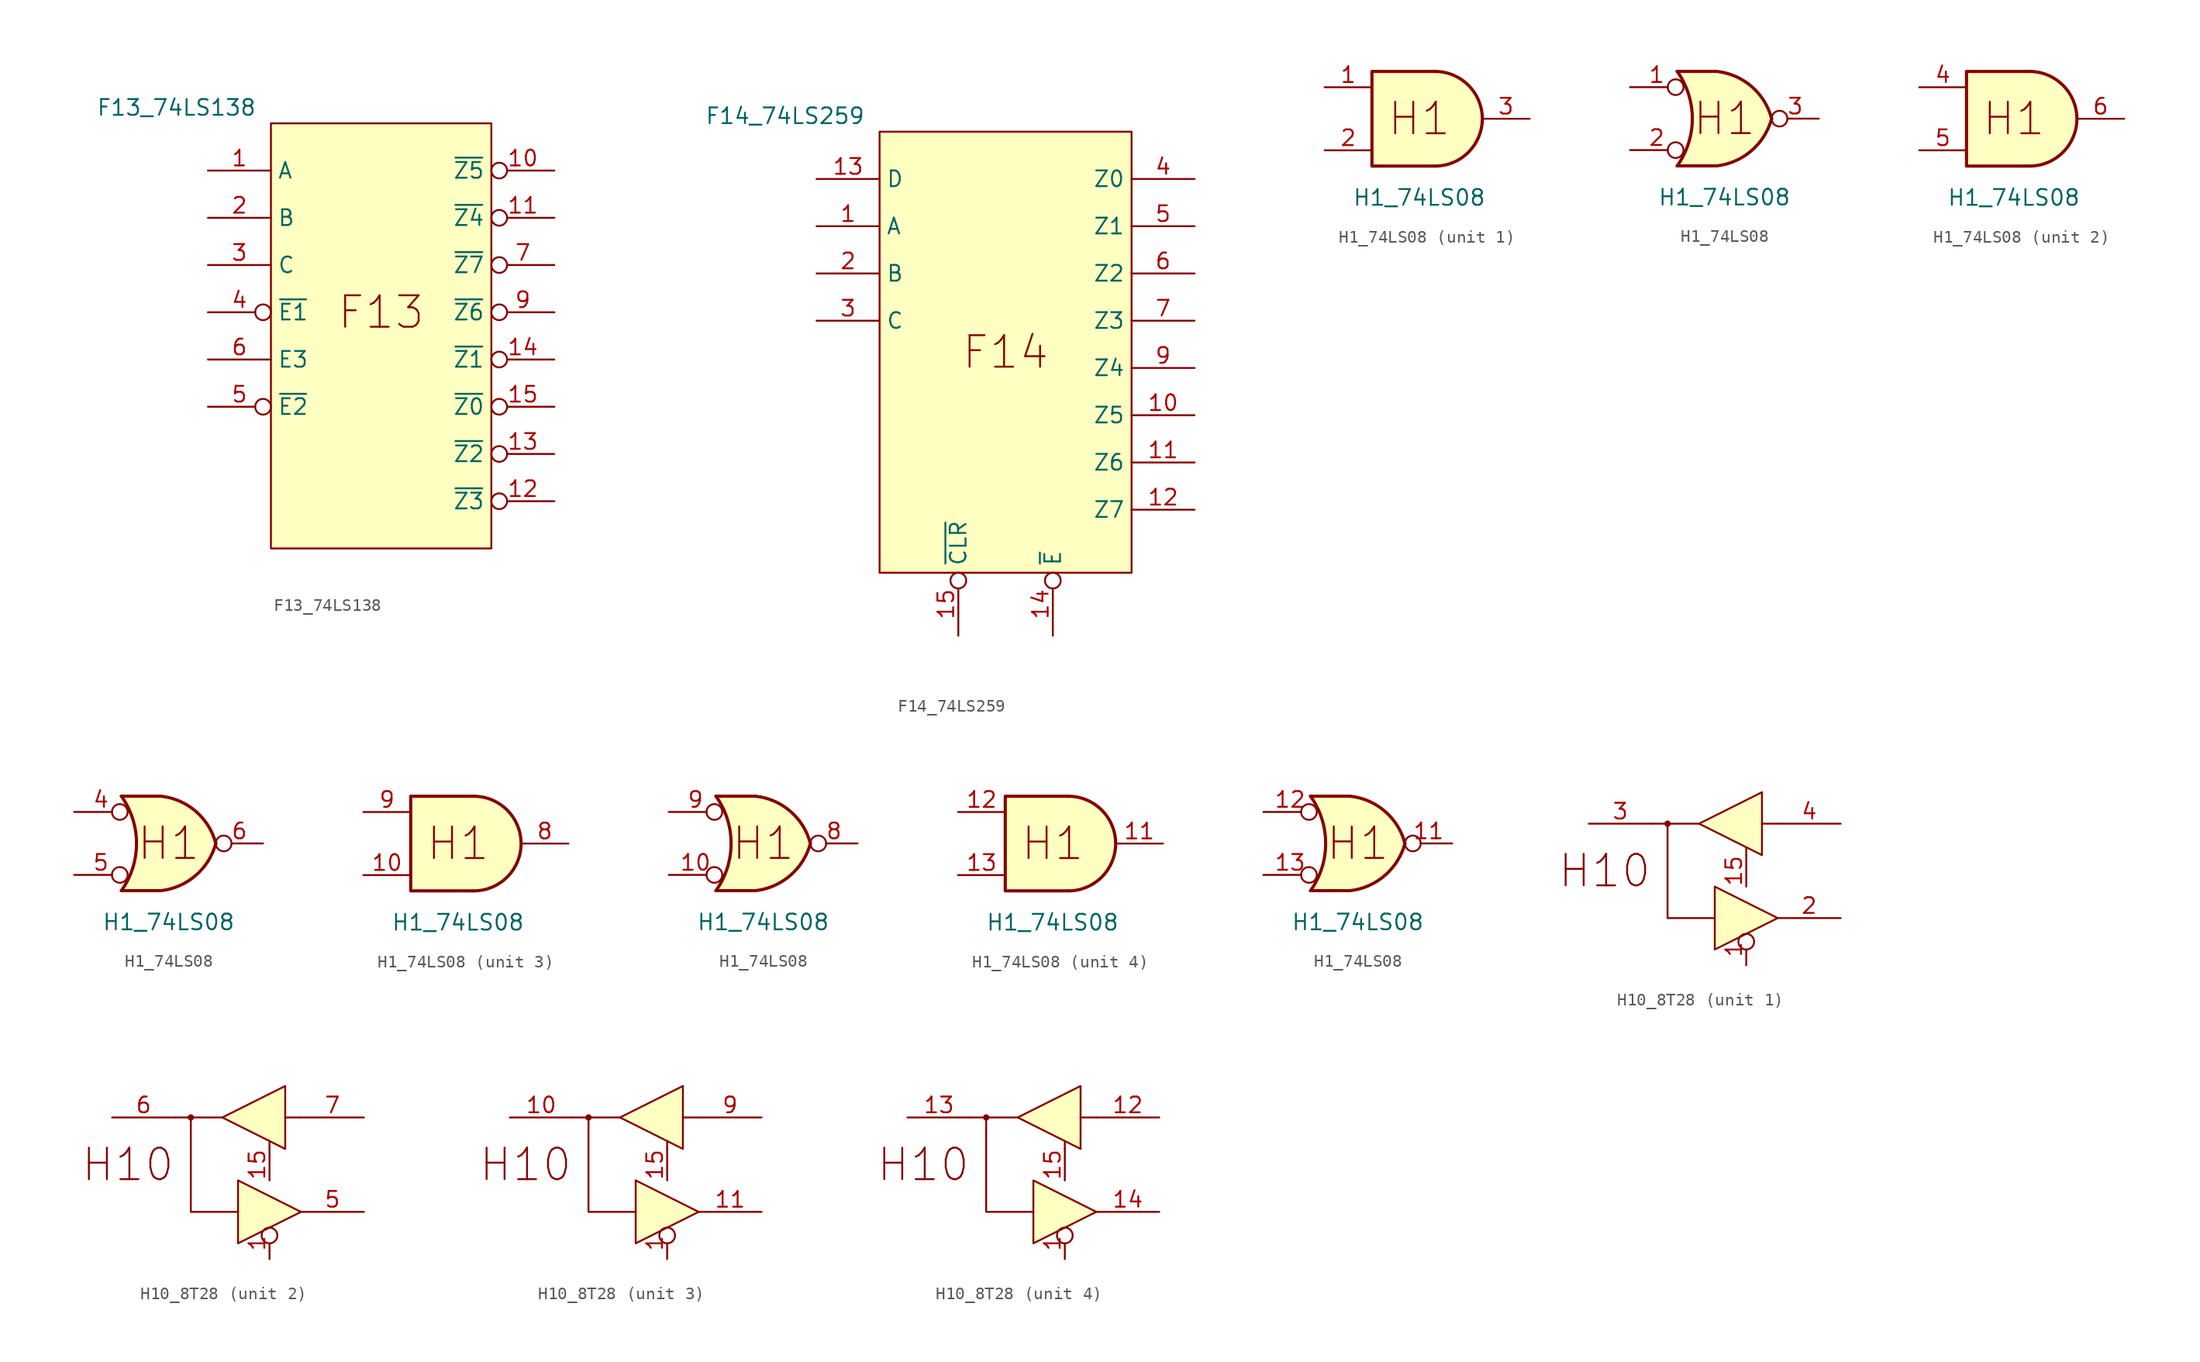
<source format=kicad_sym>
(kicad_symbol_lib
  (version 20211014)
  (generator kicad_symbol_editor)
  (symbol "F13_74LS138"
    (property "Reference" "U"
      (at -17.78 8.89 0)
      (effects (font (size 1.27 1.27)) hide))
    (property "Value" "F13_74LS138"
      (at -7.62 1.27 0)
      (effects (font (size 1.27 1.27))))
    (symbol "F13_74LS138_0_0"
      (rectangle (start 0 0) (end 17.78 -34.29) (stroke (width 0) (type default) (color 0 0 0 0)) (fill (type background)))
      (text "F13" (at 8.89 -15.24 0) (effects (font (size 2.54 2.54)))))
    (symbol "F13_74LS138_1_0"
      (pin passive line (at -5.08 -3.81 0) (length 5.08) (name "A" (effects (font (size 1.27 1.27)))) (number "1" (effects (font (size 1.27 1.27)))))
      (pin passive inverted (at 22.86 -3.81 180) (length 5.08) (name "~{Z5}" (effects (font (size 1.27 1.27)))) (number "10" (effects (font (size 1.27 1.27)))))
      (pin passive inverted (at 22.86 -7.62 180) (length 5.08) (name "~{Z4}" (effects (font (size 1.27 1.27)))) (number "11" (effects (font (size 1.27 1.27)))))
      (pin passive inverted (at 22.86 -30.48 180) (length 5.08) (name "~{Z3}" (effects (font (size 1.27 1.27)))) (number "12" (effects (font (size 1.27 1.27)))))
      (pin passive inverted (at 22.86 -26.67 180) (length 5.08) (name "~{Z2}" (effects (font (size 1.27 1.27)))) (number "13" (effects (font (size 1.27 1.27)))))
      (pin passive inverted (at 22.86 -19.05 180) (length 5.08) (name "~{Z1}" (effects (font (size 1.27 1.27)))) (number "14" (effects (font (size 1.27 1.27)))))
      (pin passive inverted (at 22.86 -22.86 180) (length 5.08) (name "~{Z0}" (effects (font (size 1.27 1.27)))) (number "15" (effects (font (size 1.27 1.27)))))
      (pin passive line (at -5.08 -7.62 0) (length 5.08) (name "B" (effects (font (size 1.27 1.27)))) (number "2" (effects (font (size 1.27 1.27)))))
      (pin passive line (at -5.08 -11.43 0) (length 5.08) (name "C" (effects (font (size 1.27 1.27)))) (number "3" (effects (font (size 1.27 1.27)))))
      (pin passive inverted (at -5.08 -15.24 0) (length 5.08) (name "~{E1}" (effects (font (size 1.27 1.27)))) (number "4" (effects (font (size 1.27 1.27)))))
      (pin passive inverted (at -5.08 -22.86 0) (length 5.08) (name "~{E2}" (effects (font (size 1.27 1.27)))) (number "5" (effects (font (size 1.27 1.27)))))
      (pin passive line (at -5.08 -19.05 0) (length 5.08) (name "E3" (effects (font (size 1.27 1.27)))) (number "6" (effects (font (size 1.27 1.27)))))
      (pin passive inverted (at 22.86 -11.43 180) (length 5.08) (name "~{Z7}" (effects (font (size 1.27 1.27)))) (number "7" (effects (font (size 1.27 1.27)))))
      (pin passive inverted (at 22.86 -15.24 180) (length 5.08) (name "~{Z6}" (effects (font (size 1.27 1.27)))) (number "9" (effects (font (size 1.27 1.27)))))))
  (symbol "F14_74LS259"
    (property "Reference" "U"
      (at -16.51 11.43 0)
      (effects (font (size 1.27 1.27)) hide))
    (property "Value" "F14_74LS259"
      (at -7.62 1.27 0)
      (effects (font (size 1.27 1.27))))
    (symbol "F14_74LS259_0_0"
      (text "F14" (at 10.16 -17.78 0) (effects (font (size 2.54 2.54)))))
    (symbol "F14_74LS259_0_1"
      (rectangle (start 0 0) (end 20.32 -35.56) (stroke (width 0) (type default) (color 0 0 0 0)) (fill (type background))))
    (symbol "F14_74LS259_1_0"
      (pin passive line (at -5.08 -7.62 0) (length 5.08) (name "A" (effects (font (size 1.27 1.27)))) (number "1" (effects (font (size 1.27 1.27)))))
      (pin passive line (at 25.4 -22.86 180) (length 5.08) (name "Z5" (effects (font (size 1.27 1.27)))) (number "10" (effects (font (size 1.27 1.27)))))
      (pin passive line (at 25.4 -26.67 180) (length 5.08) (name "Z6" (effects (font (size 1.27 1.27)))) (number "11" (effects (font (size 1.27 1.27)))))
      (pin passive line (at 25.4 -30.48 180) (length 5.08) (name "Z7" (effects (font (size 1.27 1.27)))) (number "12" (effects (font (size 1.27 1.27)))))
      (pin passive line (at -5.08 -3.81 0) (length 5.08) (name "D" (effects (font (size 1.27 1.27)))) (number "13" (effects (font (size 1.27 1.27)))))
      (pin passive inverted (at 13.97 -40.64 90) (length 5.08) (name "~{E}" (effects (font (size 1.27 1.27)))) (number "14" (effects (font (size 1.27 1.27)))))
      (pin passive inverted (at 6.35 -40.64 90) (length 5.08) (name "~{CLR}" (effects (font (size 1.27 1.27)))) (number "15" (effects (font (size 1.27 1.27)))))
      (pin passive line (at -5.08 -11.43 0) (length 5.08) (name "B" (effects (font (size 1.27 1.27)))) (number "2" (effects (font (size 1.27 1.27)))))
      (pin passive line (at -5.08 -15.24 0) (length 5.08) (name "C" (effects (font (size 1.27 1.27)))) (number "3" (effects (font (size 1.27 1.27)))))
      (pin passive line (at 25.4 -3.81 180) (length 5.08) (name "Z0" (effects (font (size 1.27 1.27)))) (number "4" (effects (font (size 1.27 1.27)))))
      (pin passive line (at 25.4 -7.62 180) (length 5.08) (name "Z1" (effects (font (size 1.27 1.27)))) (number "5" (effects (font (size 1.27 1.27)))))
      (pin passive line (at 25.4 -11.43 180) (length 5.08) (name "Z2" (effects (font (size 1.27 1.27)))) (number "6" (effects (font (size 1.27 1.27)))))
      (pin passive line (at 25.4 -15.24 180) (length 5.08) (name "Z3" (effects (font (size 1.27 1.27)))) (number "7" (effects (font (size 1.27 1.27)))))
      (pin passive line (at 25.4 -19.05 180) (length 5.08) (name "Z4" (effects (font (size 1.27 1.27)))) (number "9" (effects (font (size 1.27 1.27)))))))
  (symbol "H1_74LS08"
    (pin_names
      (offset 1.016))
    (property "Reference" "U"
      (at -31.75 21.59 0)
      (effects (font (size 1.27 1.27)) hide))
    (property "Value" "H1_74LS08"
      (at 0 -6.35 0)
      (effects (font (size 1.27 1.27))))
    (symbol "H1_74LS08_0_0"
      (text "H1" (at 0 0 0) (effects (font (size 2.54 2.54)))))
    (symbol "H1_74LS08_0_1"
      (polyline (pts (xy 1.27 3.81) (xy -3.81 3.81) (xy -3.81 -3.81) (xy 1.27 -3.81)) (stroke (width 0.254) (type default) (color 0 0 0 0)) (fill (type background)))
      (arc (start 1.27 -3.81) (mid 5.08 0) (end 1.27 3.81) (stroke (width 0.254) (type default) (color 0 0 0 0)) (fill (type background))))
    (symbol "H1_74LS08_1_1"
      (pin input line (at -7.62 2.54 0) (length 3.81) (name "~" (effects (font (size 1.27 1.27)))) (number "1" (effects (font (size 1.27 1.27)))))
      (pin input line (at -7.62 -2.54 0) (length 3.81) (name "~" (effects (font (size 1.27 1.27)))) (number "2" (effects (font (size 1.27 1.27)))))
      (pin output line (at 8.89 0 180) (length 3.81) (name "~" (effects (font (size 1.27 1.27)))) (number "3" (effects (font (size 1.27 1.27))))))
    (symbol "H1_74LS08_1_2"
      (arc (start -3.81 -3.81) (mid -2.589 0) (end -3.81 3.81) (stroke (width 0.254) (type default) (color 0 0 0 0)) (fill (type none)))
      (arc (start -0.6096 -3.81) (mid 2.1842 -2.5851) (end 3.81 0) (stroke (width 0.254) (type default) (color 0 0 0 0)) (fill (type background)))
      (polyline (pts (xy -3.81 -3.81) (xy -0.635 -3.81)) (stroke (width 0.254) (type default) (color 0 0 0 0)) (fill (type background)))
      (polyline (pts (xy -3.81 3.81) (xy -0.635 3.81)) (stroke (width 0.254) (type default) (color 0 0 0 0)) (fill (type background)))
      (polyline (pts (xy -0.635 3.81) (xy -3.81 3.81) (xy -3.81 3.81) (xy -3.556 3.404) (xy -3.023 2.261) (xy -2.692 1.041) (xy -2.616 -0.254) (xy -2.769 -1.499) (xy -3.175 -2.718) (xy -3.81 -3.81) (xy -3.81 -3.81) (xy -0.635 -3.81)) (stroke (width -25.4) (type default) (color 0 0 0 0)) (fill (type background)))
      (arc (start 3.81 0) (mid 2.1915 2.5936) (end -0.6096 3.81) (stroke (width 0.254) (type default) (color 0 0 0 0)) (fill (type background)))
      (pin input inverted (at -7.62 2.54 0) (length 4.318) (name "~" (effects (font (size 1.27 1.27)))) (number "1" (effects (font (size 1.27 1.27)))))
      (pin input inverted (at -7.62 -2.54 0) (length 4.318) (name "~" (effects (font (size 1.27 1.27)))) (number "2" (effects (font (size 1.27 1.27)))))
      (pin output inverted (at 7.62 0 180) (length 3.81) (name "~" (effects (font (size 1.27 1.27)))) (number "3" (effects (font (size 1.27 1.27))))))
    (symbol "H1_74LS08_2_1"
      (pin input line (at -7.62 2.54 0) (length 3.81) (name "~" (effects (font (size 1.27 1.27)))) (number "4" (effects (font (size 1.27 1.27)))))
      (pin input line (at -7.62 -2.54 0) (length 3.81) (name "~" (effects (font (size 1.27 1.27)))) (number "5" (effects (font (size 1.27 1.27)))))
      (pin output line (at 8.89 0 180) (length 3.81) (name "~" (effects (font (size 1.27 1.27)))) (number "6" (effects (font (size 1.27 1.27))))))
    (symbol "H1_74LS08_2_2"
      (arc (start -3.81 -3.81) (mid -2.589 0) (end -3.81 3.81) (stroke (width 0.254) (type default) (color 0 0 0 0)) (fill (type none)))
      (arc (start -0.6096 -3.81) (mid 2.1842 -2.5851) (end 3.81 0) (stroke (width 0.254) (type default) (color 0 0 0 0)) (fill (type background)))
      (polyline (pts (xy -3.81 -3.81) (xy -0.635 -3.81)) (stroke (width 0.254) (type default) (color 0 0 0 0)) (fill (type background)))
      (polyline (pts (xy -3.81 3.81) (xy -0.635 3.81)) (stroke (width 0.254) (type default) (color 0 0 0 0)) (fill (type background)))
      (polyline (pts (xy -0.635 3.81) (xy -3.81 3.81) (xy -3.81 3.81) (xy -3.556 3.404) (xy -3.023 2.261) (xy -2.692 1.041) (xy -2.616 -0.254) (xy -2.769 -1.499) (xy -3.175 -2.718) (xy -3.81 -3.81) (xy -3.81 -3.81) (xy -0.635 -3.81)) (stroke (width -25.4) (type default) (color 0 0 0 0)) (fill (type background)))
      (arc (start 3.81 0) (mid 2.1915 2.5936) (end -0.6096 3.81) (stroke (width 0.254) (type default) (color 0 0 0 0)) (fill (type background)))
      (pin input inverted (at -7.62 2.54 0) (length 4.318) (name "~" (effects (font (size 1.27 1.27)))) (number "4" (effects (font (size 1.27 1.27)))))
      (pin input inverted (at -7.62 -2.54 0) (length 4.318) (name "~" (effects (font (size 1.27 1.27)))) (number "5" (effects (font (size 1.27 1.27)))))
      (pin output inverted (at 7.62 0 180) (length 3.81) (name "~" (effects (font (size 1.27 1.27)))) (number "6" (effects (font (size 1.27 1.27))))))
    (symbol "H1_74LS08_3_1"
      (pin input line (at -7.62 -2.54 0) (length 3.81) (name "~" (effects (font (size 1.27 1.27)))) (number "10" (effects (font (size 1.27 1.27)))))
      (pin output line (at 8.89 0 180) (length 3.81) (name "~" (effects (font (size 1.27 1.27)))) (number "8" (effects (font (size 1.27 1.27)))))
      (pin input line (at -7.62 2.54 0) (length 3.81) (name "~" (effects (font (size 1.27 1.27)))) (number "9" (effects (font (size 1.27 1.27))))))
    (symbol "H1_74LS08_3_2"
      (arc (start -3.81 -3.81) (mid -2.589 0) (end -3.81 3.81) (stroke (width 0.254) (type default) (color 0 0 0 0)) (fill (type none)))
      (arc (start -0.6096 -3.81) (mid 2.1842 -2.5851) (end 3.81 0) (stroke (width 0.254) (type default) (color 0 0 0 0)) (fill (type background)))
      (polyline (pts (xy -3.81 -3.81) (xy -0.635 -3.81)) (stroke (width 0.254) (type default) (color 0 0 0 0)) (fill (type background)))
      (polyline (pts (xy -3.81 3.81) (xy -0.635 3.81)) (stroke (width 0.254) (type default) (color 0 0 0 0)) (fill (type background)))
      (polyline (pts (xy -0.635 3.81) (xy -3.81 3.81) (xy -3.81 3.81) (xy -3.556 3.404) (xy -3.023 2.261) (xy -2.692 1.041) (xy -2.616 -0.254) (xy -2.769 -1.499) (xy -3.175 -2.718) (xy -3.81 -3.81) (xy -3.81 -3.81) (xy -0.635 -3.81)) (stroke (width -25.4) (type default) (color 0 0 0 0)) (fill (type background)))
      (arc (start 3.81 0) (mid 2.1915 2.5936) (end -0.6096 3.81) (stroke (width 0.254) (type default) (color 0 0 0 0)) (fill (type background)))
      (pin input inverted (at -7.62 -2.54 0) (length 4.318) (name "~" (effects (font (size 1.27 1.27)))) (number "10" (effects (font (size 1.27 1.27)))))
      (pin output inverted (at 7.62 0 180) (length 3.81) (name "~" (effects (font (size 1.27 1.27)))) (number "8" (effects (font (size 1.27 1.27)))))
      (pin input inverted (at -7.62 2.54 0) (length 4.318) (name "~" (effects (font (size 1.27 1.27)))) (number "9" (effects (font (size 1.27 1.27))))))
    (symbol "H1_74LS08_4_1"
      (pin output line (at 8.89 0 180) (length 3.81) (name "~" (effects (font (size 1.27 1.27)))) (number "11" (effects (font (size 1.27 1.27)))))
      (pin input line (at -7.62 2.54 0) (length 3.81) (name "~" (effects (font (size 1.27 1.27)))) (number "12" (effects (font (size 1.27 1.27)))))
      (pin input line (at -7.62 -2.54 0) (length 3.81) (name "~" (effects (font (size 1.27 1.27)))) (number "13" (effects (font (size 1.27 1.27))))))
    (symbol "H1_74LS08_4_2"
      (arc (start -3.81 -3.81) (mid -2.589 0) (end -3.81 3.81) (stroke (width 0.254) (type default) (color 0 0 0 0)) (fill (type none)))
      (arc (start -0.6096 -3.81) (mid 2.1842 -2.5851) (end 3.81 0) (stroke (width 0.254) (type default) (color 0 0 0 0)) (fill (type background)))
      (polyline (pts (xy -3.81 -3.81) (xy -0.635 -3.81)) (stroke (width 0.254) (type default) (color 0 0 0 0)) (fill (type background)))
      (polyline (pts (xy -3.81 3.81) (xy -0.635 3.81)) (stroke (width 0.254) (type default) (color 0 0 0 0)) (fill (type background)))
      (polyline (pts (xy -0.635 3.81) (xy -3.81 3.81) (xy -3.81 3.81) (xy -3.556 3.404) (xy -3.023 2.261) (xy -2.692 1.041) (xy -2.616 -0.254) (xy -2.769 -1.499) (xy -3.175 -2.718) (xy -3.81 -3.81) (xy -3.81 -3.81) (xy -0.635 -3.81)) (stroke (width -25.4) (type default) (color 0 0 0 0)) (fill (type background)))
      (arc (start 3.81 0) (mid 2.1915 2.5936) (end -0.6096 3.81) (stroke (width 0.254) (type default) (color 0 0 0 0)) (fill (type background)))
      (pin output inverted (at 7.62 0 180) (length 3.81) (name "~" (effects (font (size 1.27 1.27)))) (number "11" (effects (font (size 1.27 1.27)))))
      (pin input inverted (at -7.62 2.54 0) (length 4.318) (name "~" (effects (font (size 1.27 1.27)))) (number "12" (effects (font (size 1.27 1.27)))))
      (pin input inverted (at -7.62 -2.54 0) (length 4.318) (name "~" (effects (font (size 1.27 1.27)))) (number "13" (effects (font (size 1.27 1.27)))))))
  (symbol "H10_8T28"
    (property "Reference" "U"
      (at -19.05 16.51 0)
      (effects (font (size 1.27 1.27)) hide))
    (symbol "H10_8T28_0_0"
      (circle (center -6.35 0) (radius 0.18) (stroke (width 0) (type default) (color 0 0 0 0)) (fill (type outline)))
      (polyline (pts (xy -7.62 0) (xy -3.81 0)) (stroke (width 0) (type default) (color 0 0 0 0)) (fill (type none)))
      (polyline (pts (xy 2.54 0) (xy 1.27 0)) (stroke (width 0) (type default) (color 0 0 0 0)) (fill (type none)))
      (polyline (pts (xy -2.54 -7.62) (xy -6.35 -7.62) (xy -6.35 0)) (stroke (width 0) (type default) (color 0 0 0 0)) (fill (type none)))
      (polyline (pts (xy -3.81 0) (xy 1.27 2.54) (xy 1.27 -2.54) (xy -3.81 0)) (stroke (width 0) (type default) (color 0 0 0 0)) (fill (type background)))
      (polyline (pts (xy 2.54 -7.62) (xy -2.54 -10.16) (xy -2.54 -5.08) (xy 2.54 -7.62)) (stroke (width 0) (type default) (color 0 0 0 0)) (fill (type background)))
      (text "H10" (at -11.43 -3.81 0) (effects (font (size 2.54 2.54)))))
    (symbol "H10_8T28_0_1"
      (polyline (pts (xy 0 -2.54) (xy 0 -1.905)) (stroke (width 0) (type default) (color 0 0 0 0)) (fill (type none))))
    (symbol "H10_8T28_1_0"
      (pin passive inverted (at 0 -11.43 90) (length 2.54) (name "~" (effects (font (size 1.27 1.27)))) (number "1" (effects (font (size 1.27 1.27)))))
      (pin passive line (at 7.62 -7.62 180) (length 5.08) (name "~" (effects (font (size 1.27 1.27)))) (number "2" (effects (font (size 1.27 1.27)))))
      (pin passive line (at -12.7 0 0) (length 5.08) (name "~" (effects (font (size 1.27 1.27)))) (number "3" (effects (font (size 1.27 1.27)))))
      (pin passive line (at 7.62 0 180) (length 5.08) (name "~" (effects (font (size 1.27 1.27)))) (number "4" (effects (font (size 1.27 1.27))))))
    (symbol "H10_8T28_1_1"
      (pin input line (at 0 -5.08 90) (length 2.54) (name "" (effects (font (size 1.27 1.27)))) (number "15" (effects (font (size 1.27 1.27))))))
    (symbol "H10_8T28_2_0"
      (pin passive inverted (at 0 -11.43 90) (length 2.54) (name "~" (effects (font (size 1.27 1.27)))) (number "1" (effects (font (size 1.27 1.27)))))
      (pin passive line (at 7.62 -7.62 180) (length 5.08) (name "~" (effects (font (size 1.27 1.27)))) (number "5" (effects (font (size 1.27 1.27)))))
      (pin passive line (at -12.7 0 0) (length 5.08) (name "~" (effects (font (size 1.27 1.27)))) (number "6" (effects (font (size 1.27 1.27)))))
      (pin passive line (at 7.62 0 180) (length 5.08) (name "~" (effects (font (size 1.27 1.27)))) (number "7" (effects (font (size 1.27 1.27))))))
    (symbol "H10_8T28_2_1"
      (pin input line (at 0 -5.08 90) (length 2.54) (name "" (effects (font (size 1.27 1.27)))) (number "15" (effects (font (size 1.27 1.27))))))
    (symbol "H10_8T28_3_0"
      (pin passive inverted (at 0 -11.43 90) (length 2.54) (name "~" (effects (font (size 1.27 1.27)))) (number "1" (effects (font (size 1.27 1.27)))))
      (pin passive line (at -12.7 0 0) (length 5.08) (name "~" (effects (font (size 1.27 1.27)))) (number "10" (effects (font (size 1.27 1.27)))))
      (pin passive line (at 7.62 -7.62 180) (length 5.08) (name "~" (effects (font (size 1.27 1.27)))) (number "11" (effects (font (size 1.27 1.27)))))
      (pin passive line (at 7.62 0 180) (length 5.08) (name "~" (effects (font (size 1.27 1.27)))) (number "9" (effects (font (size 1.27 1.27))))))
    (symbol "H10_8T28_3_1"
      (pin input line (at 0 -5.08 90) (length 2.54) (name "" (effects (font (size 1.27 1.27)))) (number "15" (effects (font (size 1.27 1.27))))))
    (symbol "H10_8T28_4_0"
      (pin passive inverted (at 0 -11.43 90) (length 2.54) (name "~" (effects (font (size 1.27 1.27)))) (number "1" (effects (font (size 1.27 1.27)))))
      (pin passive line (at 7.62 0 180) (length 5.08) (name "~" (effects (font (size 1.27 1.27)))) (number "12" (effects (font (size 1.27 1.27)))))
      (pin passive line (at -12.7 0 0) (length 5.08) (name "~" (effects (font (size 1.27 1.27)))) (number "13" (effects (font (size 1.27 1.27)))))
      (pin passive line (at 7.62 -7.62 180) (length 5.08) (name "~" (effects (font (size 1.27 1.27)))) (number "14" (effects (font (size 1.27 1.27))))))
    (symbol "H10_8T28_4_1"
      (pin input line (at 0 -5.08 90) (length 2.54) (name "" (effects (font (size 1.27 1.27)))) (number "15" (effects (font (size 1.27 1.27))))))))
</source>
